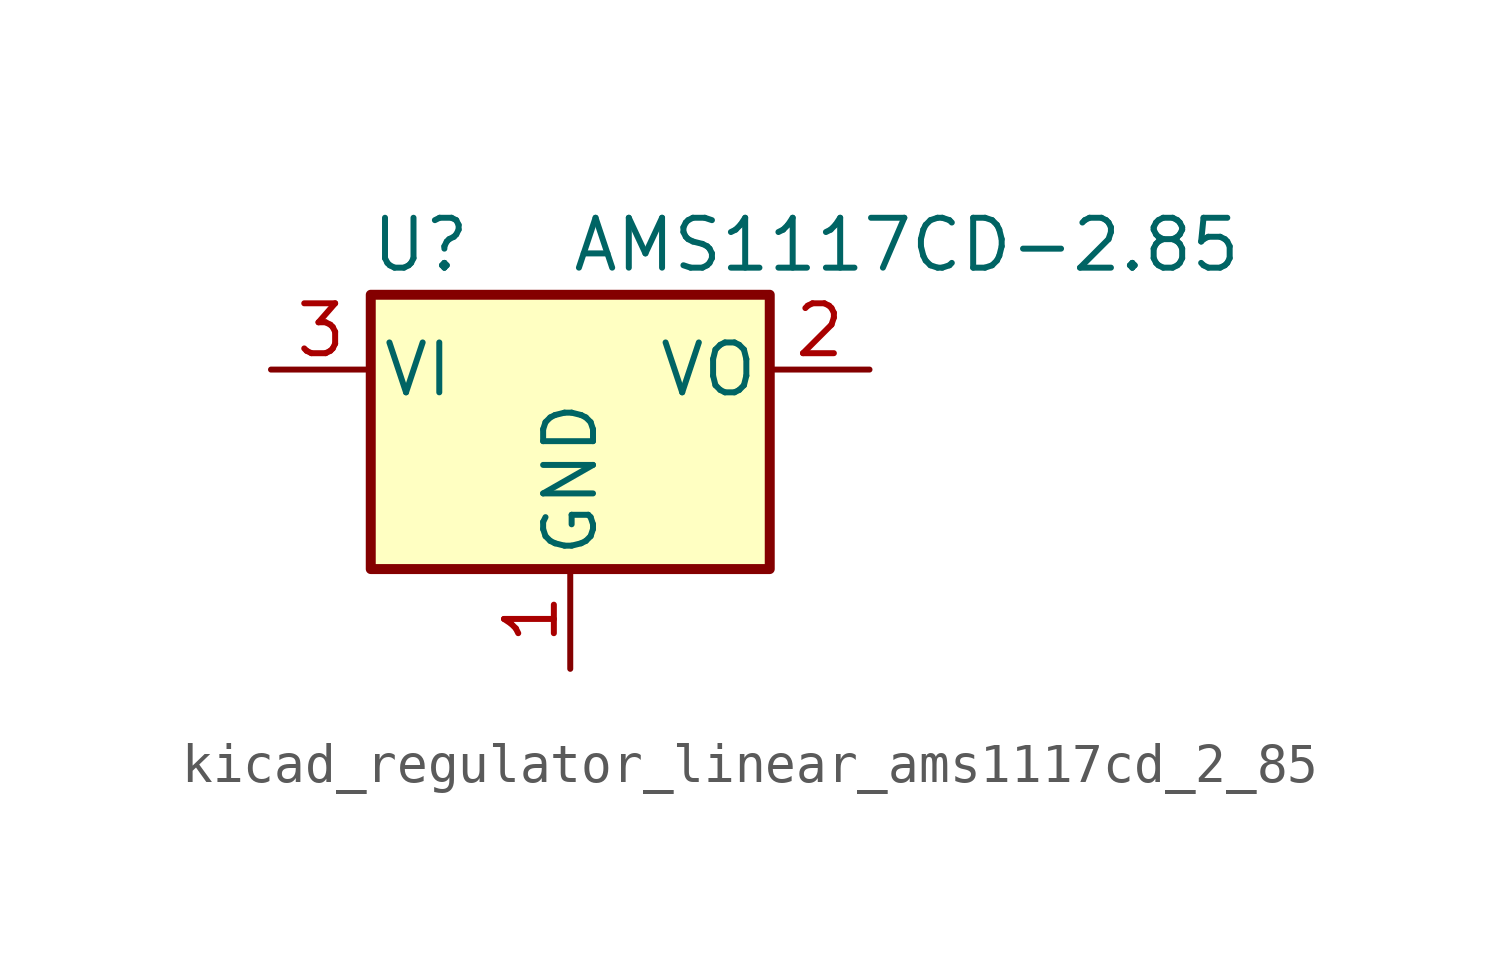
<source format=kicad_sym>
(kicad_symbol_lib
  (version 20220914)
  (generator kicad_symbol_editor)
  (symbol "kicad_regulator_linear_ams1117cd_2_85"
    (pin_names
      (offset 0.254))
    (property "Reference" "U"
      (at -3.81 3.175 0)
      (effects (font (size 1.27 1.27))))
    (property "Value" "AMS1117CD-2.85"
      (at 0 3.175 0)
      (effects (font (size 1.27 1.27)) (justify left)))
    (symbol "kicad_regulator_linear_ams1117cd_2_85_0_1"
      (rectangle (start -5.08 -5.08) (end 5.08 1.905) (stroke (width 0.254) (type default)) (fill (type background))))
    (symbol "kicad_regulator_linear_ams1117cd_2_85_1_1"
      (pin power_in line (at 0 -7.62 90) (length 2.54) (name "GND" (effects (font (size 1.27 1.27)))) (number "1" (effects (font (size 1.27 1.27)))))
      (pin power_out line (at 7.62 0 180) (length 2.54) (name "VO" (effects (font (size 1.27 1.27)))) (number "2" (effects (font (size 1.27 1.27)))))
      (pin power_in line (at -7.62 0 0) (length 2.54) (name "VI" (effects (font (size 1.27 1.27)))) (number "3" (effects (font (size 1.27 1.27))))))))
</source>
